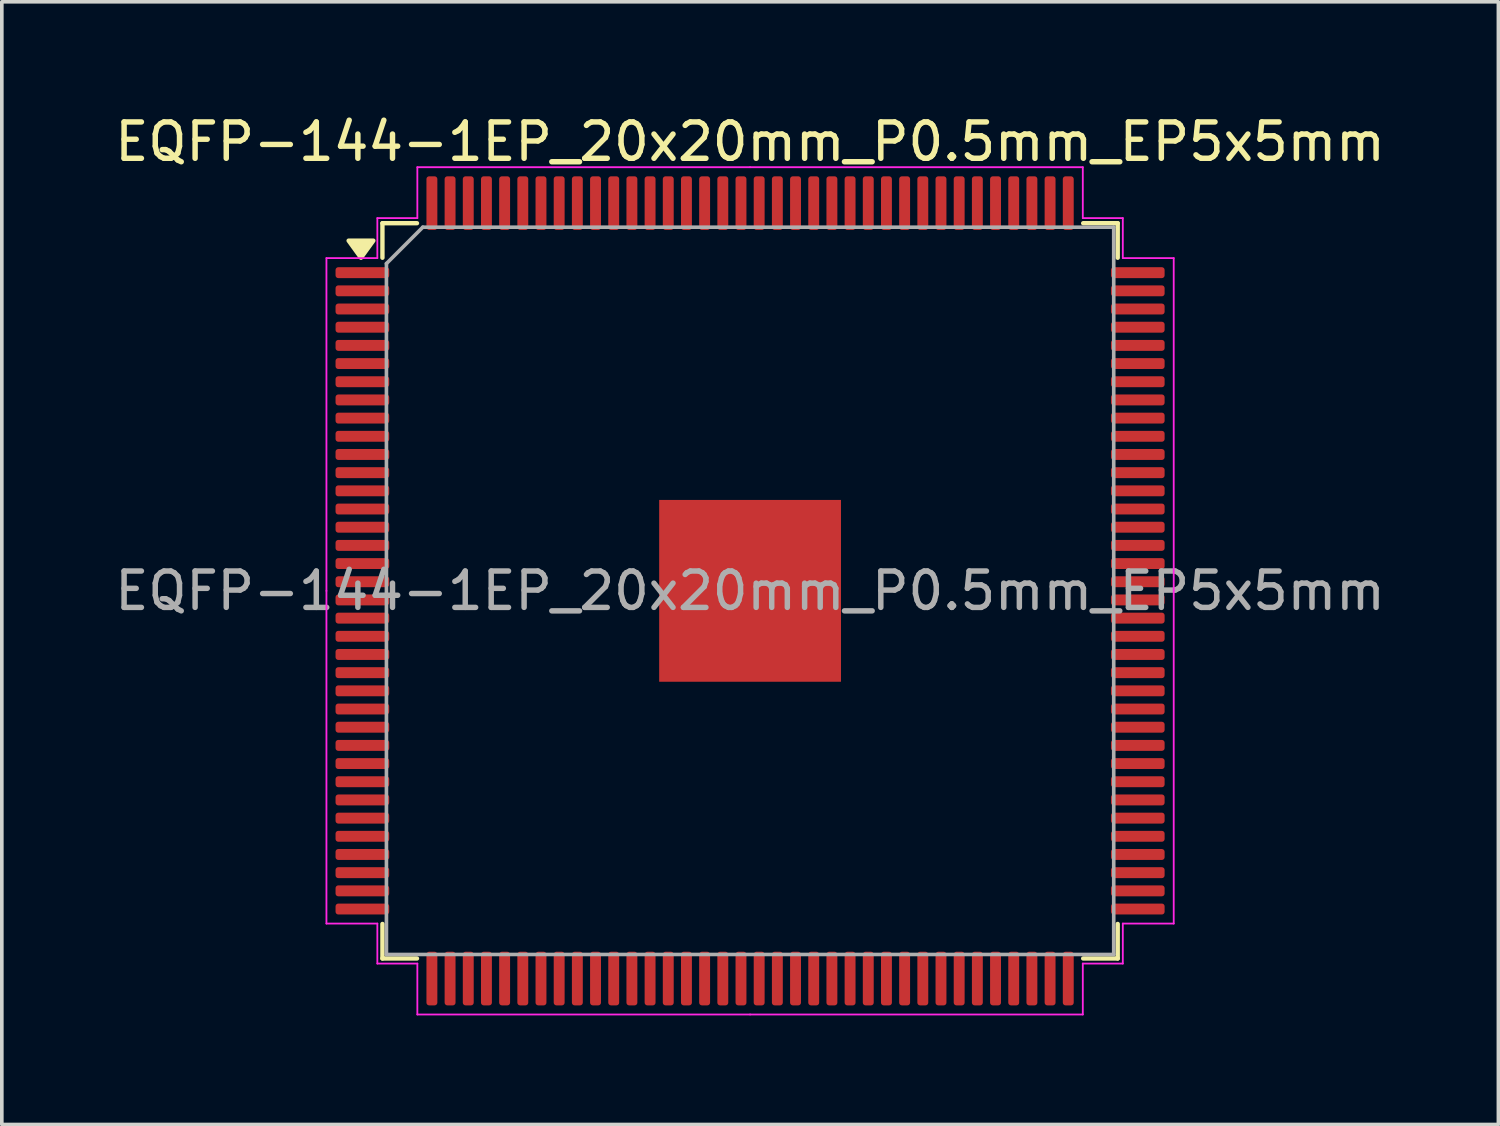
<source format=kicad_pcb>
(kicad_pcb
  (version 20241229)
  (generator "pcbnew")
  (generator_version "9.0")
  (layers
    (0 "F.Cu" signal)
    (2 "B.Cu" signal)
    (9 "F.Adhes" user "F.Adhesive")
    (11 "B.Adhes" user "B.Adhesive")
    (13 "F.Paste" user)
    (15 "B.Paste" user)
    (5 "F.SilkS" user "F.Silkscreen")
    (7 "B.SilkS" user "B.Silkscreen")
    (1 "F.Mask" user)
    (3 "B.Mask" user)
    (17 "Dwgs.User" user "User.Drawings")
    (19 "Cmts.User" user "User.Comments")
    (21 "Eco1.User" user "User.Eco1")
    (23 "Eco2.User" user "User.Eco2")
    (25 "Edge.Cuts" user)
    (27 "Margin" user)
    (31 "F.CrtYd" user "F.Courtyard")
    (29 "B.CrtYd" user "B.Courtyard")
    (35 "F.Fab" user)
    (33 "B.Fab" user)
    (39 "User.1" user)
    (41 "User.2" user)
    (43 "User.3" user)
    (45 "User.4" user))
  (footprint "EQFP-144-1EP_20x20mm_P0.5mm_EP5x5mm"
    (layer "F.Cu")
    (at 17.577 13.198)
    (property "Reference" "EQFP-144-1EP_20x20mm_P0.5mm_EP5x5mm" (at 0 -12.35 0) (layer "F.SilkS") (effects (font (size 1 1) (thickness 0.15))))
    (attr smd)
    (fp_line (start -10.11 -10.11) (end -10.11 -9.16) (stroke (width 0.12) (type solid)) (layer "F.SilkS"))
    (fp_line (start -10.11 10.11) (end -10.11 9.16) (stroke (width 0.12) (type solid)) (layer "F.SilkS"))
    (fp_line (start -9.16 -10.11) (end -10.11 -10.11) (stroke (width 0.12) (type solid)) (layer "F.SilkS"))
    (fp_line (start -9.16 10.11) (end -10.11 10.11) (stroke (width 0.12) (type solid)) (layer "F.SilkS"))
    (fp_line (start 9.16 -10.11) (end 10.11 -10.11) (stroke (width 0.12) (type solid)) (layer "F.SilkS"))
    (fp_line (start 9.16 10.11) (end 10.11 10.11) (stroke (width 0.12) (type solid)) (layer "F.SilkS"))
    (fp_line (start 10.11 -10.11) (end 10.11 -9.16) (stroke (width 0.12) (type solid)) (layer "F.SilkS"))
    (fp_line (start 10.11 10.11) (end 10.11 9.16) (stroke (width 0.12) (type solid)) (layer "F.SilkS"))
    (fp_poly (pts (xy -10.7 -9.16) (xy -11.04 -9.63) (xy -10.36 -9.63) (xy -10.7 -9.16)) (stroke (width 0.12) (type solid)) (fill yes) (layer "F.SilkS"))
    (fp_line (start -11.65 -9.15) (end -11.65 0) (stroke (width 0.05) (type solid)) (layer "F.CrtYd"))
    (fp_line (start -11.65 9.15) (end -11.65 0) (stroke (width 0.05) (type solid)) (layer "F.CrtYd"))
    (fp_line (start -10.25 -10.25) (end -10.25 -9.15) (stroke (width 0.05) (type solid)) (layer "F.CrtYd"))
    (fp_line (start -10.25 -9.15) (end -11.65 -9.15) (stroke (width 0.05) (type solid)) (layer "F.CrtYd"))
    (fp_line (start -10.25 9.15) (end -11.65 9.15) (stroke (width 0.05) (type solid)) (layer "F.CrtYd"))
    (fp_line (start -10.25 10.25) (end -10.25 9.15) (stroke (width 0.05) (type solid)) (layer "F.CrtYd"))
    (fp_line (start -9.15 -11.65) (end -9.15 -10.25) (stroke (width 0.05) (type solid)) (layer "F.CrtYd"))
    (fp_line (start -9.15 -10.25) (end -10.25 -10.25) (stroke (width 0.05) (type solid)) (layer "F.CrtYd"))
    (fp_line (start -9.15 10.25) (end -10.25 10.25) (stroke (width 0.05) (type solid)) (layer "F.CrtYd"))
    (fp_line (start -9.15 11.65) (end -9.15 10.25) (stroke (width 0.05) (type solid)) (layer "F.CrtYd"))
    (fp_line (start 0 -11.65) (end -9.15 -11.65) (stroke (width 0.05) (type solid)) (layer "F.CrtYd"))
    (fp_line (start 0 -11.65) (end 9.15 -11.65) (stroke (width 0.05) (type solid)) (layer "F.CrtYd"))
    (fp_line (start 0 11.65) (end -9.15 11.65) (stroke (width 0.05) (type solid)) (layer "F.CrtYd"))
    (fp_line (start 0 11.65) (end 9.15 11.65) (stroke (width 0.05) (type solid)) (layer "F.CrtYd"))
    (fp_line (start 9.15 -11.65) (end 9.15 -10.25) (stroke (width 0.05) (type solid)) (layer "F.CrtYd"))
    (fp_line (start 9.15 -10.25) (end 10.25 -10.25) (stroke (width 0.05) (type solid)) (layer "F.CrtYd"))
    (fp_line (start 9.15 10.25) (end 10.25 10.25) (stroke (width 0.05) (type solid)) (layer "F.CrtYd"))
    (fp_line (start 9.15 11.65) (end 9.15 10.25) (stroke (width 0.05) (type solid)) (layer "F.CrtYd"))
    (fp_line (start 10.25 -10.25) (end 10.25 -9.15) (stroke (width 0.05) (type solid)) (layer "F.CrtYd"))
    (fp_line (start 10.25 -9.15) (end 11.65 -9.15) (stroke (width 0.05) (type solid)) (layer "F.CrtYd"))
    (fp_line (start 10.25 9.15) (end 11.65 9.15) (stroke (width 0.05) (type solid)) (layer "F.CrtYd"))
    (fp_line (start 10.25 10.25) (end 10.25 9.15) (stroke (width 0.05) (type solid)) (layer "F.CrtYd"))
    (fp_line (start 11.65 -9.15) (end 11.65 0) (stroke (width 0.05) (type solid)) (layer "F.CrtYd"))
    (fp_line (start 11.65 9.15) (end 11.65 0) (stroke (width 0.05) (type solid)) (layer "F.CrtYd"))
    (fp_line (start -10 -9) (end -9 -10) (stroke (width 0.1) (type solid)) (layer "F.Fab"))
    (fp_line (start -10 10) (end -10 -9) (stroke (width 0.1) (type solid)) (layer "F.Fab"))
    (fp_line (start -9 -10) (end 10 -10) (stroke (width 0.1) (type solid)) (layer "F.Fab"))
    (fp_line (start 10 -10) (end 10 10) (stroke (width 0.1) (type solid)) (layer "F.Fab"))
    (fp_line (start 10 10) (end -10 10) (stroke (width 0.1) (type solid)) (layer "F.Fab"))
    (fp_text user "${REFERENCE}" (at 0 0 0) (layer "F.Fab") (effects (font (size 1 1) (thickness 0.15))))
    (pad "" smd roundrect (at -1.875 -1.875) (size 1.01 1.01) (layers "F.Paste") (roundrect_rratio 0.248))
    (pad "" smd roundrect (at -1.875 -0.625) (size 1.01 1.01) (layers "F.Paste") (roundrect_rratio 0.248))
    (pad "" smd roundrect (at -1.875 0.625) (size 1.01 1.01) (layers "F.Paste") (roundrect_rratio 0.248))
    (pad "" smd roundrect (at -1.875 1.875) (size 1.01 1.01) (layers "F.Paste") (roundrect_rratio 0.248))
    (pad "" smd roundrect (at -0.625 -1.875) (size 1.01 1.01) (layers "F.Paste") (roundrect_rratio 0.248))
    (pad "" smd roundrect (at -0.625 -0.625) (size 1.01 1.01) (layers "F.Paste") (roundrect_rratio 0.248))
    (pad "" smd roundrect (at -0.625 0.625) (size 1.01 1.01) (layers "F.Paste") (roundrect_rratio 0.248))
    (pad "" smd roundrect (at -0.625 1.875) (size 1.01 1.01) (layers "F.Paste") (roundrect_rratio 0.248))
    (pad "" smd roundrect (at 0.625 -1.875) (size 1.01 1.01) (layers "F.Paste") (roundrect_rratio 0.248))
    (pad "" smd roundrect (at 0.625 -0.625) (size 1.01 1.01) (layers "F.Paste") (roundrect_rratio 0.248))
    (pad "" smd roundrect (at 0.625 0.625) (size 1.01 1.01) (layers "F.Paste") (roundrect_rratio 0.248))
    (pad "" smd roundrect (at 0.625 1.875) (size 1.01 1.01) (layers "F.Paste") (roundrect_rratio 0.248))
    (pad "" smd roundrect (at 1.875 -1.875) (size 1.01 1.01) (layers "F.Paste") (roundrect_rratio 0.248))
    (pad "" smd roundrect (at 1.875 -0.625) (size 1.01 1.01) (layers "F.Paste") (roundrect_rratio 0.248))
    (pad "" smd roundrect (at 1.875 0.625) (size 1.01 1.01) (layers "F.Paste") (roundrect_rratio 0.248))
    (pad "" smd roundrect (at 1.875 1.875) (size 1.01 1.01) (layers "F.Paste") (roundrect_rratio 0.248))
    (pad "1" smd roundrect (at -10.662 -8.75) (size 1.475 0.3) (layers "F.Cu" "F.Mask" "F.Paste") (roundrect_rratio 0.25))
    (pad "2" smd roundrect (at -10.662 -8.25) (size 1.475 0.3) (layers "F.Cu" "F.Mask" "F.Paste") (roundrect_rratio 0.25))
    (pad "3" smd roundrect (at -10.662 -7.75) (size 1.475 0.3) (layers "F.Cu" "F.Mask" "F.Paste") (roundrect_rratio 0.25))
    (pad "4" smd roundrect (at -10.662 -7.25) (size 1.475 0.3) (layers "F.Cu" "F.Mask" "F.Paste") (roundrect_rratio 0.25))
    (pad "5" smd roundrect (at -10.662 -6.75) (size 1.475 0.3) (layers "F.Cu" "F.Mask" "F.Paste") (roundrect_rratio 0.25))
    (pad "6" smd roundrect (at -10.662 -6.25) (size 1.475 0.3) (layers "F.Cu" "F.Mask" "F.Paste") (roundrect_rratio 0.25))
    (pad "7" smd roundrect (at -10.662 -5.75) (size 1.475 0.3) (layers "F.Cu" "F.Mask" "F.Paste") (roundrect_rratio 0.25))
    (pad "8" smd roundrect (at -10.662 -5.25) (size 1.475 0.3) (layers "F.Cu" "F.Mask" "F.Paste") (roundrect_rratio 0.25))
    (pad "9" smd roundrect (at -10.662 -4.75) (size 1.475 0.3) (layers "F.Cu" "F.Mask" "F.Paste") (roundrect_rratio 0.25))
    (pad "10" smd roundrect (at -10.662 -4.25) (size 1.475 0.3) (layers "F.Cu" "F.Mask" "F.Paste") (roundrect_rratio 0.25))
    (pad "11" smd roundrect (at -10.662 -3.75) (size 1.475 0.3) (layers "F.Cu" "F.Mask" "F.Paste") (roundrect_rratio 0.25))
    (pad "12" smd roundrect (at -10.662 -3.25) (size 1.475 0.3) (layers "F.Cu" "F.Mask" "F.Paste") (roundrect_rratio 0.25))
    (pad "13" smd roundrect (at -10.662 -2.75) (size 1.475 0.3) (layers "F.Cu" "F.Mask" "F.Paste") (roundrect_rratio 0.25))
    (pad "14" smd roundrect (at -10.662 -2.25) (size 1.475 0.3) (layers "F.Cu" "F.Mask" "F.Paste") (roundrect_rratio 0.25))
    (pad "15" smd roundrect (at -10.662 -1.75) (size 1.475 0.3) (layers "F.Cu" "F.Mask" "F.Paste") (roundrect_rratio 0.25))
    (pad "16" smd roundrect (at -10.662 -1.25) (size 1.475 0.3) (layers "F.Cu" "F.Mask" "F.Paste") (roundrect_rratio 0.25))
    (pad "17" smd roundrect (at -10.662 -0.75) (size 1.475 0.3) (layers "F.Cu" "F.Mask" "F.Paste") (roundrect_rratio 0.25))
    (pad "18" smd roundrect (at -10.662 -0.25) (size 1.475 0.3) (layers "F.Cu" "F.Mask" "F.Paste") (roundrect_rratio 0.25))
    (pad "19" smd roundrect (at -10.662 0.25) (size 1.475 0.3) (layers "F.Cu" "F.Mask" "F.Paste") (roundrect_rratio 0.25))
    (pad "20" smd roundrect (at -10.662 0.75) (size 1.475 0.3) (layers "F.Cu" "F.Mask" "F.Paste") (roundrect_rratio 0.25))
    (pad "21" smd roundrect (at -10.662 1.25) (size 1.475 0.3) (layers "F.Cu" "F.Mask" "F.Paste") (roundrect_rratio 0.25))
    (pad "22" smd roundrect (at -10.662 1.75) (size 1.475 0.3) (layers "F.Cu" "F.Mask" "F.Paste") (roundrect_rratio 0.25))
    (pad "23" smd roundrect (at -10.662 2.25) (size 1.475 0.3) (layers "F.Cu" "F.Mask" "F.Paste") (roundrect_rratio 0.25))
    (pad "24" smd roundrect (at -10.662 2.75) (size 1.475 0.3) (layers "F.Cu" "F.Mask" "F.Paste") (roundrect_rratio 0.25))
    (pad "25" smd roundrect (at -10.662 3.25) (size 1.475 0.3) (layers "F.Cu" "F.Mask" "F.Paste") (roundrect_rratio 0.25))
    (pad "26" smd roundrect (at -10.662 3.75) (size 1.475 0.3) (layers "F.Cu" "F.Mask" "F.Paste") (roundrect_rratio 0.25))
    (pad "27" smd roundrect (at -10.662 4.25) (size 1.475 0.3) (layers "F.Cu" "F.Mask" "F.Paste") (roundrect_rratio 0.25))
    (pad "28" smd roundrect (at -10.662 4.75) (size 1.475 0.3) (layers "F.Cu" "F.Mask" "F.Paste") (roundrect_rratio 0.25))
    (pad "29" smd roundrect (at -10.662 5.25) (size 1.475 0.3) (layers "F.Cu" "F.Mask" "F.Paste") (roundrect_rratio 0.25))
    (pad "30" smd roundrect (at -10.662 5.75) (size 1.475 0.3) (layers "F.Cu" "F.Mask" "F.Paste") (roundrect_rratio 0.25))
    (pad "31" smd roundrect (at -10.662 6.25) (size 1.475 0.3) (layers "F.Cu" "F.Mask" "F.Paste") (roundrect_rratio 0.25))
    (pad "32" smd roundrect (at -10.662 6.75) (size 1.475 0.3) (layers "F.Cu" "F.Mask" "F.Paste") (roundrect_rratio 0.25))
    (pad "33" smd roundrect (at -10.662 7.25) (size 1.475 0.3) (layers "F.Cu" "F.Mask" "F.Paste") (roundrect_rratio 0.25))
    (pad "34" smd roundrect (at -10.662 7.75) (size 1.475 0.3) (layers "F.Cu" "F.Mask" "F.Paste") (roundrect_rratio 0.25))
    (pad "35" smd roundrect (at -10.662 8.25) (size 1.475 0.3) (layers "F.Cu" "F.Mask" "F.Paste") (roundrect_rratio 0.25))
    (pad "36" smd roundrect (at -10.662 8.75) (size 1.475 0.3) (layers "F.Cu" "F.Mask" "F.Paste") (roundrect_rratio 0.25))
    (pad "37" smd roundrect (at -8.75 10.662) (size 0.3 1.475) (layers "F.Cu" "F.Mask" "F.Paste") (roundrect_rratio 0.25))
    (pad "38" smd roundrect (at -8.25 10.662) (size 0.3 1.475) (layers "F.Cu" "F.Mask" "F.Paste") (roundrect_rratio 0.25))
    (pad "39" smd roundrect (at -7.75 10.662) (size 0.3 1.475) (layers "F.Cu" "F.Mask" "F.Paste") (roundrect_rratio 0.25))
    (pad "40" smd roundrect (at -7.25 10.662) (size 0.3 1.475) (layers "F.Cu" "F.Mask" "F.Paste") (roundrect_rratio 0.25))
    (pad "41" smd roundrect (at -6.75 10.662) (size 0.3 1.475) (layers "F.Cu" "F.Mask" "F.Paste") (roundrect_rratio 0.25))
    (pad "42" smd roundrect (at -6.25 10.662) (size 0.3 1.475) (layers "F.Cu" "F.Mask" "F.Paste") (roundrect_rratio 0.25))
    (pad "43" smd roundrect (at -5.75 10.662) (size 0.3 1.475) (layers "F.Cu" "F.Mask" "F.Paste") (roundrect_rratio 0.25))
    (pad "44" smd roundrect (at -5.25 10.662) (size 0.3 1.475) (layers "F.Cu" "F.Mask" "F.Paste") (roundrect_rratio 0.25))
    (pad "45" smd roundrect (at -4.75 10.662) (size 0.3 1.475) (layers "F.Cu" "F.Mask" "F.Paste") (roundrect_rratio 0.25))
    (pad "46" smd roundrect (at -4.25 10.662) (size 0.3 1.475) (layers "F.Cu" "F.Mask" "F.Paste") (roundrect_rratio 0.25))
    (pad "47" smd roundrect (at -3.75 10.662) (size 0.3 1.475) (layers "F.Cu" "F.Mask" "F.Paste") (roundrect_rratio 0.25))
    (pad "48" smd roundrect (at -3.25 10.662) (size 0.3 1.475) (layers "F.Cu" "F.Mask" "F.Paste") (roundrect_rratio 0.25))
    (pad "49" smd roundrect (at -2.75 10.662) (size 0.3 1.475) (layers "F.Cu" "F.Mask" "F.Paste") (roundrect_rratio 0.25))
    (pad "50" smd roundrect (at -2.25 10.662) (size 0.3 1.475) (layers "F.Cu" "F.Mask" "F.Paste") (roundrect_rratio 0.25))
    (pad "51" smd roundrect (at -1.75 10.662) (size 0.3 1.475) (layers "F.Cu" "F.Mask" "F.Paste") (roundrect_rratio 0.25))
    (pad "52" smd roundrect (at -1.25 10.662) (size 0.3 1.475) (layers "F.Cu" "F.Mask" "F.Paste") (roundrect_rratio 0.25))
    (pad "53" smd roundrect (at -0.75 10.662) (size 0.3 1.475) (layers "F.Cu" "F.Mask" "F.Paste") (roundrect_rratio 0.25))
    (pad "54" smd roundrect (at -0.25 10.662) (size 0.3 1.475) (layers "F.Cu" "F.Mask" "F.Paste") (roundrect_rratio 0.25))
    (pad "55" smd roundrect (at 0.25 10.662) (size 0.3 1.475) (layers "F.Cu" "F.Mask" "F.Paste") (roundrect_rratio 0.25))
    (pad "56" smd roundrect (at 0.75 10.662) (size 0.3 1.475) (layers "F.Cu" "F.Mask" "F.Paste") (roundrect_rratio 0.25))
    (pad "57" smd roundrect (at 1.25 10.662) (size 0.3 1.475) (layers "F.Cu" "F.Mask" "F.Paste") (roundrect_rratio 0.25))
    (pad "58" smd roundrect (at 1.75 10.662) (size 0.3 1.475) (layers "F.Cu" "F.Mask" "F.Paste") (roundrect_rratio 0.25))
    (pad "59" smd roundrect (at 2.25 10.662) (size 0.3 1.475) (layers "F.Cu" "F.Mask" "F.Paste") (roundrect_rratio 0.25))
    (pad "60" smd roundrect (at 2.75 10.662) (size 0.3 1.475) (layers "F.Cu" "F.Mask" "F.Paste") (roundrect_rratio 0.25))
    (pad "61" smd roundrect (at 3.25 10.662) (size 0.3 1.475) (layers "F.Cu" "F.Mask" "F.Paste") (roundrect_rratio 0.25))
    (pad "62" smd roundrect (at 3.75 10.662) (size 0.3 1.475) (layers "F.Cu" "F.Mask" "F.Paste") (roundrect_rratio 0.25))
    (pad "63" smd roundrect (at 4.25 10.662) (size 0.3 1.475) (layers "F.Cu" "F.Mask" "F.Paste") (roundrect_rratio 0.25))
    (pad "64" smd roundrect (at 4.75 10.662) (size 0.3 1.475) (layers "F.Cu" "F.Mask" "F.Paste") (roundrect_rratio 0.25))
    (pad "65" smd roundrect (at 5.25 10.662) (size 0.3 1.475) (layers "F.Cu" "F.Mask" "F.Paste") (roundrect_rratio 0.25))
    (pad "66" smd roundrect (at 5.75 10.662) (size 0.3 1.475) (layers "F.Cu" "F.Mask" "F.Paste") (roundrect_rratio 0.25))
    (pad "67" smd roundrect (at 6.25 10.662) (size 0.3 1.475) (layers "F.Cu" "F.Mask" "F.Paste") (roundrect_rratio 0.25))
    (pad "68" smd roundrect (at 6.75 10.662) (size 0.3 1.475) (layers "F.Cu" "F.Mask" "F.Paste") (roundrect_rratio 0.25))
    (pad "69" smd roundrect (at 7.25 10.662) (size 0.3 1.475) (layers "F.Cu" "F.Mask" "F.Paste") (roundrect_rratio 0.25))
    (pad "70" smd roundrect (at 7.75 10.662) (size 0.3 1.475) (layers "F.Cu" "F.Mask" "F.Paste") (roundrect_rratio 0.25))
    (pad "71" smd roundrect (at 8.25 10.662) (size 0.3 1.475) (layers "F.Cu" "F.Mask" "F.Paste") (roundrect_rratio 0.25))
    (pad "72" smd roundrect (at 8.75 10.662) (size 0.3 1.475) (layers "F.Cu" "F.Mask" "F.Paste") (roundrect_rratio 0.25))
    (pad "73" smd roundrect (at 10.662 8.75) (size 1.475 0.3) (layers "F.Cu" "F.Mask" "F.Paste") (roundrect_rratio 0.25))
    (pad "74" smd roundrect (at 10.662 8.25) (size 1.475 0.3) (layers "F.Cu" "F.Mask" "F.Paste") (roundrect_rratio 0.25))
    (pad "75" smd roundrect (at 10.662 7.75) (size 1.475 0.3) (layers "F.Cu" "F.Mask" "F.Paste") (roundrect_rratio 0.25))
    (pad "76" smd roundrect (at 10.662 7.25) (size 1.475 0.3) (layers "F.Cu" "F.Mask" "F.Paste") (roundrect_rratio 0.25))
    (pad "77" smd roundrect (at 10.662 6.75) (size 1.475 0.3) (layers "F.Cu" "F.Mask" "F.Paste") (roundrect_rratio 0.25))
    (pad "78" smd roundrect (at 10.662 6.25) (size 1.475 0.3) (layers "F.Cu" "F.Mask" "F.Paste") (roundrect_rratio 0.25))
    (pad "79" smd roundrect (at 10.662 5.75) (size 1.475 0.3) (layers "F.Cu" "F.Mask" "F.Paste") (roundrect_rratio 0.25))
    (pad "80" smd roundrect (at 10.662 5.25) (size 1.475 0.3) (layers "F.Cu" "F.Mask" "F.Paste") (roundrect_rratio 0.25))
    (pad "81" smd roundrect (at 10.662 4.75) (size 1.475 0.3) (layers "F.Cu" "F.Mask" "F.Paste") (roundrect_rratio 0.25))
    (pad "82" smd roundrect (at 10.662 4.25) (size 1.475 0.3) (layers "F.Cu" "F.Mask" "F.Paste") (roundrect_rratio 0.25))
    (pad "83" smd roundrect (at 10.662 3.75) (size 1.475 0.3) (layers "F.Cu" "F.Mask" "F.Paste") (roundrect_rratio 0.25))
    (pad "84" smd roundrect (at 10.662 3.25) (size 1.475 0.3) (layers "F.Cu" "F.Mask" "F.Paste") (roundrect_rratio 0.25))
    (pad "85" smd roundrect (at 10.662 2.75) (size 1.475 0.3) (layers "F.Cu" "F.Mask" "F.Paste") (roundrect_rratio 0.25))
    (pad "86" smd roundrect (at 10.662 2.25) (size 1.475 0.3) (layers "F.Cu" "F.Mask" "F.Paste") (roundrect_rratio 0.25))
    (pad "87" smd roundrect (at 10.662 1.75) (size 1.475 0.3) (layers "F.Cu" "F.Mask" "F.Paste") (roundrect_rratio 0.25))
    (pad "88" smd roundrect (at 10.662 1.25) (size 1.475 0.3) (layers "F.Cu" "F.Mask" "F.Paste") (roundrect_rratio 0.25))
    (pad "89" smd roundrect (at 10.662 0.75) (size 1.475 0.3) (layers "F.Cu" "F.Mask" "F.Paste") (roundrect_rratio 0.25))
    (pad "90" smd roundrect (at 10.662 0.25) (size 1.475 0.3) (layers "F.Cu" "F.Mask" "F.Paste") (roundrect_rratio 0.25))
    (pad "91" smd roundrect (at 10.662 -0.25) (size 1.475 0.3) (layers "F.Cu" "F.Mask" "F.Paste") (roundrect_rratio 0.25))
    (pad "92" smd roundrect (at 10.662 -0.75) (size 1.475 0.3) (layers "F.Cu" "F.Mask" "F.Paste") (roundrect_rratio 0.25))
    (pad "93" smd roundrect (at 10.662 -1.25) (size 1.475 0.3) (layers "F.Cu" "F.Mask" "F.Paste") (roundrect_rratio 0.25))
    (pad "94" smd roundrect (at 10.662 -1.75) (size 1.475 0.3) (layers "F.Cu" "F.Mask" "F.Paste") (roundrect_rratio 0.25))
    (pad "95" smd roundrect (at 10.662 -2.25) (size 1.475 0.3) (layers "F.Cu" "F.Mask" "F.Paste") (roundrect_rratio 0.25))
    (pad "96" smd roundrect (at 10.662 -2.75) (size 1.475 0.3) (layers "F.Cu" "F.Mask" "F.Paste") (roundrect_rratio 0.25))
    (pad "97" smd roundrect (at 10.662 -3.25) (size 1.475 0.3) (layers "F.Cu" "F.Mask" "F.Paste") (roundrect_rratio 0.25))
    (pad "98" smd roundrect (at 10.662 -3.75) (size 1.475 0.3) (layers "F.Cu" "F.Mask" "F.Paste") (roundrect_rratio 0.25))
    (pad "99" smd roundrect (at 10.662 -4.25) (size 1.475 0.3) (layers "F.Cu" "F.Mask" "F.Paste") (roundrect_rratio 0.25))
    (pad "100" smd roundrect (at 10.662 -4.75) (size 1.475 0.3) (layers "F.Cu" "F.Mask" "F.Paste") (roundrect_rratio 0.25))
    (pad "101" smd roundrect (at 10.662 -5.25) (size 1.475 0.3) (layers "F.Cu" "F.Mask" "F.Paste") (roundrect_rratio 0.25))
    (pad "102" smd roundrect (at 10.662 -5.75) (size 1.475 0.3) (layers "F.Cu" "F.Mask" "F.Paste") (roundrect_rratio 0.25))
    (pad "103" smd roundrect (at 10.662 -6.25) (size 1.475 0.3) (layers "F.Cu" "F.Mask" "F.Paste") (roundrect_rratio 0.25))
    (pad "104" smd roundrect (at 10.662 -6.75) (size 1.475 0.3) (layers "F.Cu" "F.Mask" "F.Paste") (roundrect_rratio 0.25))
    (pad "105" smd roundrect (at 10.662 -7.25) (size 1.475 0.3) (layers "F.Cu" "F.Mask" "F.Paste") (roundrect_rratio 0.25))
    (pad "106" smd roundrect (at 10.662 -7.75) (size 1.475 0.3) (layers "F.Cu" "F.Mask" "F.Paste") (roundrect_rratio 0.25))
    (pad "107" smd roundrect (at 10.662 -8.25) (size 1.475 0.3) (layers "F.Cu" "F.Mask" "F.Paste") (roundrect_rratio 0.25))
    (pad "108" smd roundrect (at 10.662 -8.75) (size 1.475 0.3) (layers "F.Cu" "F.Mask" "F.Paste") (roundrect_rratio 0.25))
    (pad "109" smd roundrect (at 8.75 -10.662) (size 0.3 1.475) (layers "F.Cu" "F.Mask" "F.Paste") (roundrect_rratio 0.25))
    (pad "110" smd roundrect (at 8.25 -10.662) (size 0.3 1.475) (layers "F.Cu" "F.Mask" "F.Paste") (roundrect_rratio 0.25))
    (pad "111" smd roundrect (at 7.75 -10.662) (size 0.3 1.475) (layers "F.Cu" "F.Mask" "F.Paste") (roundrect_rratio 0.25))
    (pad "112" smd roundrect (at 7.25 -10.662) (size 0.3 1.475) (layers "F.Cu" "F.Mask" "F.Paste") (roundrect_rratio 0.25))
    (pad "113" smd roundrect (at 6.75 -10.662) (size 0.3 1.475) (layers "F.Cu" "F.Mask" "F.Paste") (roundrect_rratio 0.25))
    (pad "114" smd roundrect (at 6.25 -10.662) (size 0.3 1.475) (layers "F.Cu" "F.Mask" "F.Paste") (roundrect_rratio 0.25))
    (pad "115" smd roundrect (at 5.75 -10.662) (size 0.3 1.475) (layers "F.Cu" "F.Mask" "F.Paste") (roundrect_rratio 0.25))
    (pad "116" smd roundrect (at 5.25 -10.662) (size 0.3 1.475) (layers "F.Cu" "F.Mask" "F.Paste") (roundrect_rratio 0.25))
    (pad "117" smd roundrect (at 4.75 -10.662) (size 0.3 1.475) (layers "F.Cu" "F.Mask" "F.Paste") (roundrect_rratio 0.25))
    (pad "118" smd roundrect (at 4.25 -10.662) (size 0.3 1.475) (layers "F.Cu" "F.Mask" "F.Paste") (roundrect_rratio 0.25))
    (pad "119" smd roundrect (at 3.75 -10.662) (size 0.3 1.475) (layers "F.Cu" "F.Mask" "F.Paste") (roundrect_rratio 0.25))
    (pad "120" smd roundrect (at 3.25 -10.662) (size 0.3 1.475) (layers "F.Cu" "F.Mask" "F.Paste") (roundrect_rratio 0.25))
    (pad "121" smd roundrect (at 2.75 -10.662) (size 0.3 1.475) (layers "F.Cu" "F.Mask" "F.Paste") (roundrect_rratio 0.25))
    (pad "122" smd roundrect (at 2.25 -10.662) (size 0.3 1.475) (layers "F.Cu" "F.Mask" "F.Paste") (roundrect_rratio 0.25))
    (pad "123" smd roundrect (at 1.75 -10.662) (size 0.3 1.475) (layers "F.Cu" "F.Mask" "F.Paste") (roundrect_rratio 0.25))
    (pad "124" smd roundrect (at 1.25 -10.662) (size 0.3 1.475) (layers "F.Cu" "F.Mask" "F.Paste") (roundrect_rratio 0.25))
    (pad "125" smd roundrect (at 0.75 -10.662) (size 0.3 1.475) (layers "F.Cu" "F.Mask" "F.Paste") (roundrect_rratio 0.25))
    (pad "126" smd roundrect (at 0.25 -10.662) (size 0.3 1.475) (layers "F.Cu" "F.Mask" "F.Paste") (roundrect_rratio 0.25))
    (pad "127" smd roundrect (at -0.25 -10.662) (size 0.3 1.475) (layers "F.Cu" "F.Mask" "F.Paste") (roundrect_rratio 0.25))
    (pad "128" smd roundrect (at -0.75 -10.662) (size 0.3 1.475) (layers "F.Cu" "F.Mask" "F.Paste") (roundrect_rratio 0.25))
    (pad "129" smd roundrect (at -1.25 -10.662) (size 0.3 1.475) (layers "F.Cu" "F.Mask" "F.Paste") (roundrect_rratio 0.25))
    (pad "130" smd roundrect (at -1.75 -10.662) (size 0.3 1.475) (layers "F.Cu" "F.Mask" "F.Paste") (roundrect_rratio 0.25))
    (pad "131" smd roundrect (at -2.25 -10.662) (size 0.3 1.475) (layers "F.Cu" "F.Mask" "F.Paste") (roundrect_rratio 0.25))
    (pad "132" smd roundrect (at -2.75 -10.662) (size 0.3 1.475) (layers "F.Cu" "F.Mask" "F.Paste") (roundrect_rratio 0.25))
    (pad "133" smd roundrect (at -3.25 -10.662) (size 0.3 1.475) (layers "F.Cu" "F.Mask" "F.Paste") (roundrect_rratio 0.25))
    (pad "134" smd roundrect (at -3.75 -10.662) (size 0.3 1.475) (layers "F.Cu" "F.Mask" "F.Paste") (roundrect_rratio 0.25))
    (pad "135" smd roundrect (at -4.25 -10.662) (size 0.3 1.475) (layers "F.Cu" "F.Mask" "F.Paste") (roundrect_rratio 0.25))
    (pad "136" smd roundrect (at -4.75 -10.662) (size 0.3 1.475) (layers "F.Cu" "F.Mask" "F.Paste") (roundrect_rratio 0.25))
    (pad "137" smd roundrect (at -5.25 -10.662) (size 0.3 1.475) (layers "F.Cu" "F.Mask" "F.Paste") (roundrect_rratio 0.25))
    (pad "138" smd roundrect (at -5.75 -10.662) (size 0.3 1.475) (layers "F.Cu" "F.Mask" "F.Paste") (roundrect_rratio 0.25))
    (pad "139" smd roundrect (at -6.25 -10.662) (size 0.3 1.475) (layers "F.Cu" "F.Mask" "F.Paste") (roundrect_rratio 0.25))
    (pad "140" smd roundrect (at -6.75 -10.662) (size 0.3 1.475) (layers "F.Cu" "F.Mask" "F.Paste") (roundrect_rratio 0.25))
    (pad "141" smd roundrect (at -7.25 -10.662) (size 0.3 1.475) (layers "F.Cu" "F.Mask" "F.Paste") (roundrect_rratio 0.25))
    (pad "142" smd roundrect (at -7.75 -10.662) (size 0.3 1.475) (layers "F.Cu" "F.Mask" "F.Paste") (roundrect_rratio 0.25))
    (pad "143" smd roundrect (at -8.25 -10.662) (size 0.3 1.475) (layers "F.Cu" "F.Mask" "F.Paste") (roundrect_rratio 0.25))
    (pad "144" smd roundrect (at -8.75 -10.662) (size 0.3 1.475) (layers "F.Cu" "F.Mask" "F.Paste") (roundrect_rratio 0.25))
    (pad "145" smd rect (at 0 0) (size 5 5) (property pad_prop_heatsink) (layers "F.Cu" "F.Mask")))
  (gr_rect
    (start -3 -3)
    (end 38.155 27.873)
    (stroke (width 0.1) (type default))
    (fill no)
    (layer "Edge.Cuts")))
</source>
